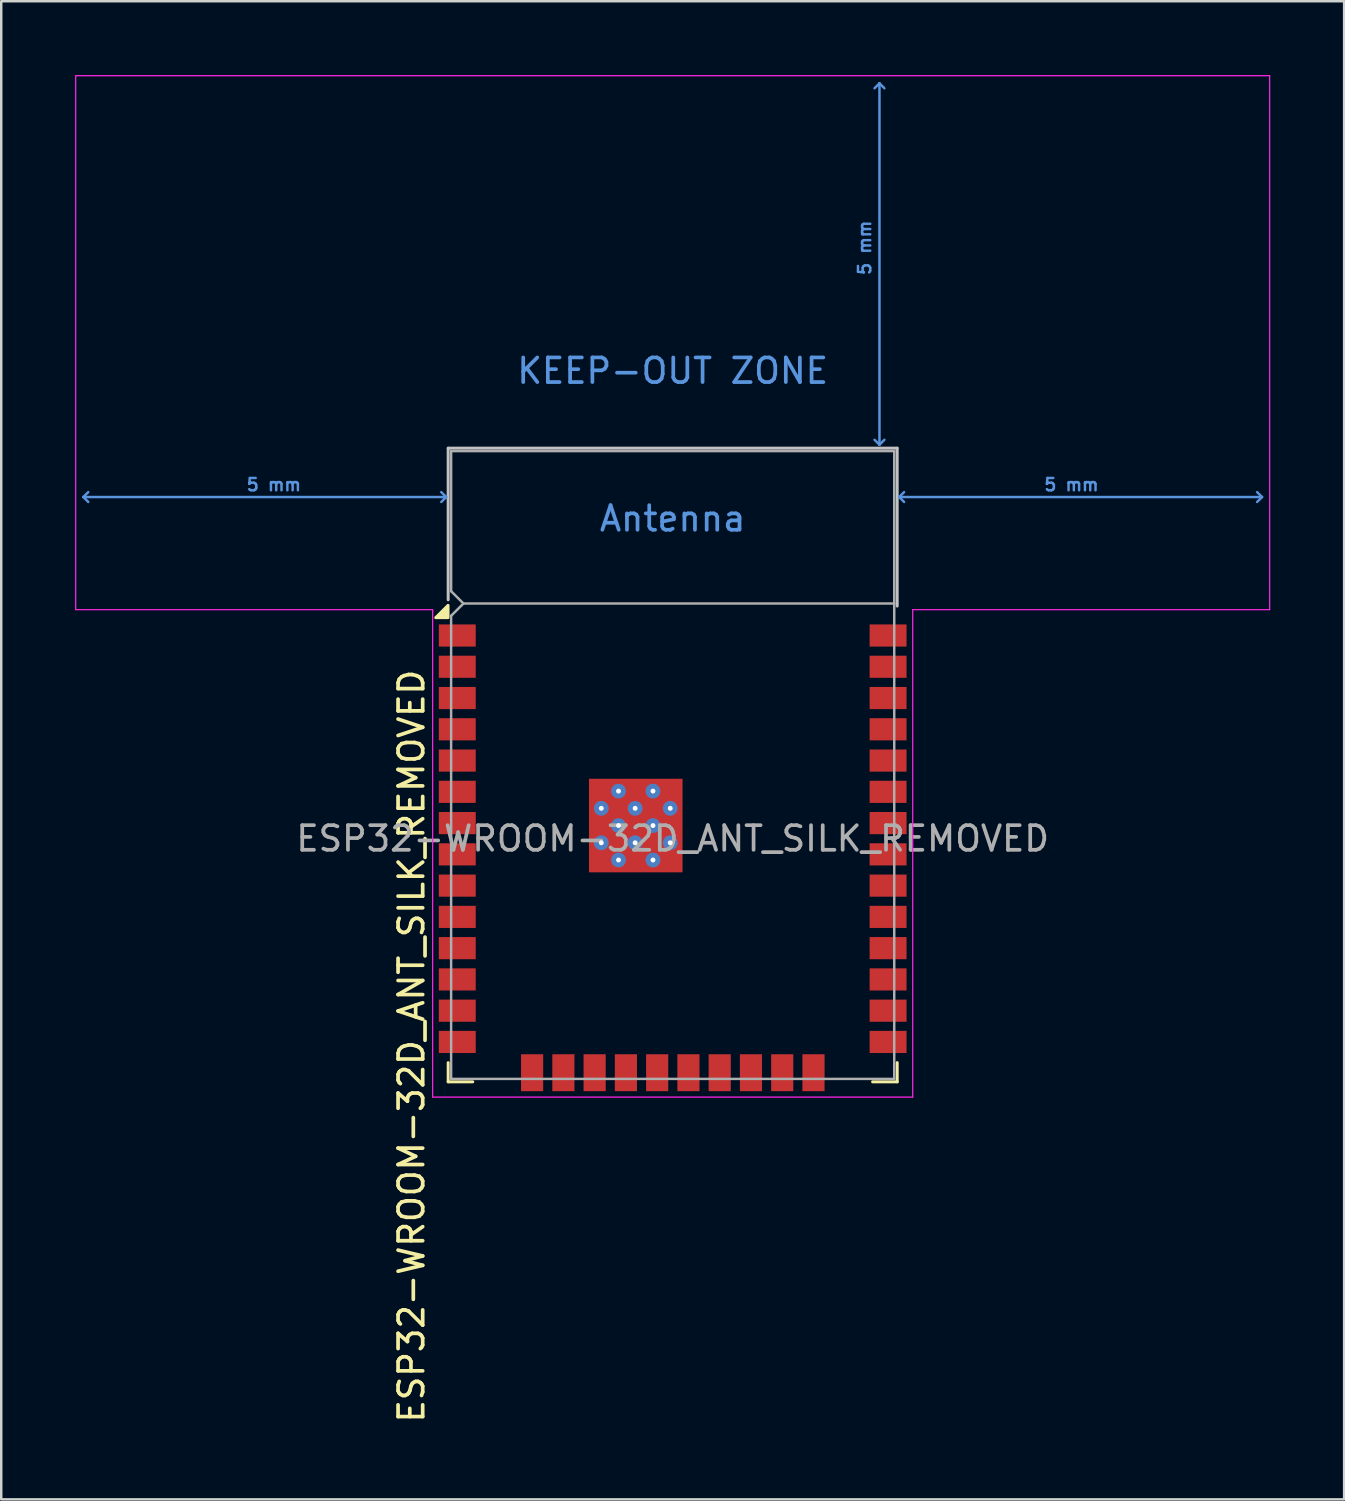
<source format=kicad_pcb>
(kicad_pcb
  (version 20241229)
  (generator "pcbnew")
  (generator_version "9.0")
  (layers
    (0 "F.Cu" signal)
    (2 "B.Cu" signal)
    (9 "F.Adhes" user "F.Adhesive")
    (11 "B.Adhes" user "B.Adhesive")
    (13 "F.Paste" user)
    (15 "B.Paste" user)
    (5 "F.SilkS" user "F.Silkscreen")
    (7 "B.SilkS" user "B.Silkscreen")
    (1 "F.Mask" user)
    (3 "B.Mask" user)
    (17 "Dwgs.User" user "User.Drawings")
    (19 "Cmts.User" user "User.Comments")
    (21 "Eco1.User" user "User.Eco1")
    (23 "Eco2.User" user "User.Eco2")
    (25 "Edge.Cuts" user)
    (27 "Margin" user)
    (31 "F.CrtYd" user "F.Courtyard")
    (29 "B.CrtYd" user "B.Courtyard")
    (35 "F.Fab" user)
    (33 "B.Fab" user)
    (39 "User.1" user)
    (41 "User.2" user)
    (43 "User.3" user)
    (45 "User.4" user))
  (footprint "ESP32-WROOM-32D_ANT_SILK_REMOVED"
    (layer "F.Cu")
    (at 24.275 31.015)
    (property "Reference" "ESP32-WROOM-32D_ANT_SILK_REMOVED" (at -10.61 8.43 90) (layer "F.SilkS") (effects (font (size 1 1) (thickness 0.15))))
    (attr smd)
    (fp_line (start -9.12 9.1) (end -9.12 9.88) (stroke (width 0.12) (type solid)) (layer "F.SilkS"))
    (fp_line (start -9.12 9.88) (end -8.12 9.88) (stroke (width 0.12) (type solid)) (layer "F.SilkS"))
    (fp_line (start 9.12 9.1) (end 9.12 9.88) (stroke (width 0.12) (type solid)) (layer "F.SilkS"))
    (fp_line (start 9.12 9.88) (end 8.12 9.88) (stroke (width 0.12) (type solid)) (layer "F.SilkS"))
    (fp_poly (pts (xy -9.125 -8.975) (xy -9.625 -8.975) (xy -9.125 -9.475) (xy -9.125 -8.975)) (stroke (width 0.12) (type solid)) (fill yes) (layer "F.SilkS"))
    (fp_line (start -9.12 -15.86) (end -9.12 -9.7) (stroke (width 0.12) (type solid)) (layer "Dwgs.User"))
    (fp_line (start -9.12 -15.86) (end 9.12 -15.86) (stroke (width 0.12) (type solid)) (layer "Dwgs.User"))
    (fp_line (start 9.12 -15.86) (end 9.12 -9.445) (stroke (width 0.12) (type solid)) (layer "Dwgs.User"))
    (fp_line (start -23.94 -13.875) (end -23.74 -14.075) (stroke (width 0.1) (type solid)) (layer "Cmts.User"))
    (fp_line (start -23.94 -13.875) (end -23.74 -13.675) (stroke (width 0.1) (type solid)) (layer "Cmts.User"))
    (fp_line (start -23.94 -13.875) (end -9.2 -13.875) (stroke (width 0.1) (type solid)) (layer "Cmts.User"))
    (fp_line (start -9.2 -13.875) (end -9.4 -14.075) (stroke (width 0.1) (type solid)) (layer "Cmts.User"))
    (fp_line (start -9.2 -13.875) (end -9.4 -13.675) (stroke (width 0.1) (type solid)) (layer "Cmts.User"))
    (fp_line (start 8.4 -30.68) (end 8.2 -30.48) (stroke (width 0.1) (type solid)) (layer "Cmts.User"))
    (fp_line (start 8.4 -30.68) (end 8.6 -30.48) (stroke (width 0.1) (type solid)) (layer "Cmts.User"))
    (fp_line (start 8.4 -16) (end 8.2 -16.2) (stroke (width 0.1) (type solid)) (layer "Cmts.User"))
    (fp_line (start 8.4 -16) (end 8.4 -30.68) (stroke (width 0.1) (type solid)) (layer "Cmts.User"))
    (fp_line (start 8.4 -16) (end 8.6 -16.2) (stroke (width 0.1) (type solid)) (layer "Cmts.User"))
    (fp_line (start 9.2 -13.875) (end 9.4 -14.075) (stroke (width 0.1) (type solid)) (layer "Cmts.User"))
    (fp_line (start 9.2 -13.875) (end 9.4 -13.675) (stroke (width 0.1) (type solid)) (layer "Cmts.User"))
    (fp_line (start 9.2 -13.875) (end 23.94 -13.875) (stroke (width 0.1) (type solid)) (layer "Cmts.User"))
    (fp_line (start 23.94 -13.875) (end 23.74 -14.075) (stroke (width 0.1) (type solid)) (layer "Cmts.User"))
    (fp_line (start 23.94 -13.875) (end 23.74 -13.675) (stroke (width 0.1) (type solid)) (layer "Cmts.User"))
    (fp_line (start -24.25 -30.99) (end -24.25 -9.3) (stroke (width 0.05) (type solid)) (layer "F.CrtYd"))
    (fp_line (start -24.25 -30.99) (end 24.25 -30.99) (stroke (width 0.05) (type solid)) (layer "F.CrtYd"))
    (fp_line (start -24.25 -9.3) (end -9.75 -9.3) (stroke (width 0.05) (type solid)) (layer "F.CrtYd"))
    (fp_line (start -9.75 10.5) (end -9.75 -9.3) (stroke (width 0.05) (type solid)) (layer "F.CrtYd"))
    (fp_line (start -9.75 10.5) (end 9.75 10.5) (stroke (width 0.05) (type solid)) (layer "F.CrtYd"))
    (fp_line (start 9.75 -9.3) (end 9.75 10.5) (stroke (width 0.05) (type solid)) (layer "F.CrtYd"))
    (fp_line (start 9.75 -9.3) (end 24.25 -9.3) (stroke (width 0.05) (type solid)) (layer "F.CrtYd"))
    (fp_line (start 24.25 -30.99) (end 24.25 -9.3) (stroke (width 0.05) (type solid)) (layer "F.CrtYd"))
    (fp_line (start -9 -15.74) (end -9 -10.05) (stroke (width 0.1) (type solid)) (layer "F.Fab"))
    (fp_line (start -9 -15.74) (end 9 -15.74) (stroke (width 0.1) (type solid)) (layer "F.Fab"))
    (fp_line (start -9 -9.05) (end -9 9.76) (stroke (width 0.1) (type solid)) (layer "F.Fab"))
    (fp_line (start -9 -9.05) (end -8.5 -9.55) (stroke (width 0.1) (type solid)) (layer "F.Fab"))
    (fp_line (start -9 9.76) (end 9 9.76) (stroke (width 0.1) (type solid)) (layer "F.Fab"))
    (fp_line (start -8.5 -9.55) (end -9 -10.05) (stroke (width 0.1) (type solid)) (layer "F.Fab"))
    (fp_line (start -8.5 -9.55) (end 9 -9.55) (stroke (width 0.1) (type solid)) (layer "F.Fab"))
    (fp_line (start 9 9.76) (end 9 -15.74) (stroke (width 0.1) (type solid)) (layer "F.Fab"))
    (fp_text user "Antenna" (at 0 -13 0) (layer "Cmts.User") (effects (font (size 1 1) (thickness 0.15))))
    (fp_text user "5 mm" (at 16.2 -14.375 0) (layer "Cmts.User") (effects (font (size 0.5 0.5) (thickness 0.1))))
    (fp_text user "KEEP-OUT ZONE" (at 0 -19 0) (layer "Cmts.User") (effects (font (size 1 1) (thickness 0.15))))
    (fp_text user "5 mm" (at -16.2 -14.375 0) (layer "Cmts.User") (effects (font (size 0.5 0.5) (thickness 0.1))))
    (fp_text user "5 mm" (at 7.8 -24 90) (layer "Cmts.User") (effects (font (size 0.5 0.5) (thickness 0.1))))
    (fp_text user "${REFERENCE}" (at 0 0 0) (layer "F.Fab") (effects (font (size 1 1) (thickness 0.15))))
    (pad "1" smd rect (at -8.75 -8.25) (size 1.5 0.9) (layers "F.Cu" "F.Mask" "F.Paste"))
    (pad "2" smd rect (at -8.75 -6.98) (size 1.5 0.9) (layers "F.Cu" "F.Mask" "F.Paste"))
    (pad "3" smd rect (at -8.75 -5.71) (size 1.5 0.9) (layers "F.Cu" "F.Mask" "F.Paste"))
    (pad "4" smd rect (at -8.75 -4.44) (size 1.5 0.9) (layers "F.Cu" "F.Mask" "F.Paste"))
    (pad "5" smd rect (at -8.75 -3.17) (size 1.5 0.9) (layers "F.Cu" "F.Mask" "F.Paste"))
    (pad "6" smd rect (at -8.75 -1.9) (size 1.5 0.9) (layers "F.Cu" "F.Mask" "F.Paste"))
    (pad "7" smd rect (at -8.75 -0.63) (size 1.5 0.9) (layers "F.Cu" "F.Mask" "F.Paste"))
    (pad "8" smd rect (at -8.75 0.64) (size 1.5 0.9) (layers "F.Cu" "F.Mask" "F.Paste"))
    (pad "9" smd rect (at -8.75 1.91) (size 1.5 0.9) (layers "F.Cu" "F.Mask" "F.Paste"))
    (pad "10" smd rect (at -8.75 3.18) (size 1.5 0.9) (layers "F.Cu" "F.Mask" "F.Paste"))
    (pad "11" smd rect (at -8.75 4.45) (size 1.5 0.9) (layers "F.Cu" "F.Mask" "F.Paste"))
    (pad "12" smd rect (at -8.75 5.72) (size 1.5 0.9) (layers "F.Cu" "F.Mask" "F.Paste"))
    (pad "13" smd rect (at -8.75 6.99) (size 1.5 0.9) (layers "F.Cu" "F.Mask" "F.Paste"))
    (pad "14" smd rect (at -8.75 8.26) (size 1.5 0.9) (layers "F.Cu" "F.Mask" "F.Paste"))
    (pad "15" smd rect (at -5.71 9.51 90) (size 1.5 0.9) (layers "F.Cu" "F.Mask" "F.Paste"))
    (pad "16" smd rect (at -4.44 9.51 90) (size 1.5 0.9) (layers "F.Cu" "F.Mask" "F.Paste"))
    (pad "17" smd rect (at -3.17 9.51 90) (size 1.5 0.9) (layers "F.Cu" "F.Mask" "F.Paste"))
    (pad "18" smd rect (at -1.9 9.51 90) (size 1.5 0.9) (layers "F.Cu" "F.Mask" "F.Paste"))
    (pad "19" smd rect (at -0.63 9.51 90) (size 1.5 0.9) (layers "F.Cu" "F.Mask" "F.Paste"))
    (pad "20" smd rect (at 0.64 9.51 90) (size 1.5 0.9) (layers "F.Cu" "F.Mask" "F.Paste"))
    (pad "21" smd rect (at 1.91 9.51 90) (size 1.5 0.9) (layers "F.Cu" "F.Mask" "F.Paste"))
    (pad "22" smd rect (at 3.18 9.51 90) (size 1.5 0.9) (layers "F.Cu" "F.Mask" "F.Paste"))
    (pad "23" smd rect (at 4.45 9.51 90) (size 1.5 0.9) (layers "F.Cu" "F.Mask" "F.Paste"))
    (pad "24" smd rect (at 5.72 9.51 90) (size 1.5 0.9) (layers "F.Cu" "F.Mask" "F.Paste"))
    (pad "25" smd rect (at 8.75 8.26) (size 1.5 0.9) (layers "F.Cu" "F.Mask" "F.Paste"))
    (pad "26" smd rect (at 8.75 6.99) (size 1.5 0.9) (layers "F.Cu" "F.Mask" "F.Paste"))
    (pad "27" smd rect (at 8.75 5.72) (size 1.5 0.9) (layers "F.Cu" "F.Mask" "F.Paste"))
    (pad "28" smd rect (at 8.75 4.45) (size 1.5 0.9) (layers "F.Cu" "F.Mask" "F.Paste"))
    (pad "29" smd rect (at 8.75 3.18) (size 1.5 0.9) (layers "F.Cu" "F.Mask" "F.Paste"))
    (pad "30" smd rect (at 8.75 1.91) (size 1.5 0.9) (layers "F.Cu" "F.Mask" "F.Paste"))
    (pad "31" smd rect (at 8.75 0.64) (size 1.5 0.9) (layers "F.Cu" "F.Mask" "F.Paste"))
    (pad "32" smd rect (at 8.75 -0.63) (size 1.5 0.9) (layers "F.Cu" "F.Mask" "F.Paste"))
    (pad "33" smd rect (at 8.75 -1.9) (size 1.5 0.9) (layers "F.Cu" "F.Mask" "F.Paste"))
    (pad "34" smd rect (at 8.75 -3.17) (size 1.5 0.9) (layers "F.Cu" "F.Mask" "F.Paste"))
    (pad "35" smd rect (at 8.75 -4.44) (size 1.5 0.9) (layers "F.Cu" "F.Mask" "F.Paste"))
    (pad "36" smd rect (at 8.75 -5.71) (size 1.5 0.9) (layers "F.Cu" "F.Mask" "F.Paste"))
    (pad "37" smd rect (at 8.75 -6.98) (size 1.5 0.9) (layers "F.Cu" "F.Mask" "F.Paste"))
    (pad "38" smd rect (at 8.75 -8.25) (size 1.5 0.9) (layers "F.Cu" "F.Mask" "F.Paste"))
    (pad "39" smd rect (at -2.9 -1.93) (size 0.9 0.9) (layers "F.Cu" "F.Paste"))
    (pad "39" thru_hole circle (at -2.9 -1.23) (size 0.6 0.6) (drill 0.2) (property pad_prop_heatsink) (layers "*.Cu" "F.Mask"))
    (pad "39" smd rect (at -2.9 -0.53) (size 0.9 0.9) (layers "F.Cu" "F.Paste"))
    (pad "39" thru_hole circle (at -2.9 0.17) (size 0.6 0.6) (drill 0.2) (property pad_prop_heatsink) (layers "*.Cu" "F.Mask"))
    (pad "39" smd rect (at -2.9 0.87) (size 0.9 0.9) (layers "F.Cu" "F.Paste"))
    (pad "39" thru_hole circle (at -2.2 -1.93) (size 0.6 0.6) (drill 0.2) (property pad_prop_heatsink) (layers "*.Cu" "F.Mask"))
    (pad "39" thru_hole circle (at -2.2 -0.53) (size 0.6 0.6) (drill 0.2) (property pad_prop_heatsink) (layers "*.Cu" "F.Mask"))
    (pad "39" thru_hole circle (at -2.2 0.87) (size 0.6 0.6) (drill 0.2) (property pad_prop_heatsink) (layers "*.Cu" "F.Mask"))
    (pad "39" thru_hole circle (at -1.525 -1.23) (size 0.6 0.6) (drill 0.2) (property pad_prop_heatsink) (layers "*.Cu" "F.Mask"))
    (pad "39" thru_hole circle (at -1.525 0.17) (size 0.6 0.6) (drill 0.2) (property pad_prop_heatsink) (layers "*.Cu" "F.Mask"))
    (pad "39" smd rect (at -1.5 -1.93) (size 0.9 0.9) (layers "F.Cu" "F.Paste"))
    (pad "39" smd rect (at -1.5 -0.53) (size 0.9 0.9) (layers "F.Cu" "F.Paste"))
    (pad "39" smd rect (at -1.5 -0.53) (size 3.8 3.8) (layers "F.Cu" "F.Mask"))
    (pad "39" smd rect (at -1.5 0.87) (size 0.9 0.9) (layers "F.Cu" "F.Paste"))
    (pad "39" thru_hole circle (at -0.8 -1.93) (size 0.6 0.6) (drill 0.2) (property pad_prop_heatsink) (layers "*.Cu" "F.Mask"))
    (pad "39" thru_hole circle (at -0.8 -0.53) (size 0.6 0.6) (drill 0.2) (property pad_prop_heatsink) (layers "*.Cu" "F.Mask"))
    (pad "39" thru_hole circle (at -0.8 0.87) (size 0.6 0.6) (drill 0.2) (property pad_prop_heatsink) (layers "*.Cu" "F.Mask"))
    (pad "39" smd rect (at -0.1 -1.93) (size 0.9 0.9) (layers "F.Cu" "F.Paste"))
    (pad "39" thru_hole circle (at -0.1 -1.23) (size 0.6 0.6) (drill 0.2) (property pad_prop_heatsink) (layers "*.Cu" "F.Mask"))
    (pad "39" smd rect (at -0.1 -0.53) (size 0.9 0.9) (layers "F.Cu" "F.Paste"))
    (pad "39" thru_hole circle (at -0.1 0.17) (size 0.6 0.6) (drill 0.2) (property pad_prop_heatsink) (layers "*.Cu" "F.Mask"))
    (pad "39" smd rect (at -0.1 0.87) (size 0.9 0.9) (layers "F.Cu" "F.Paste"))
    (zone (net_name "") (layers "F.Cu" "B.Cu") (hatch full 0.508) (connect_pads) (min_thickness 0.254) (filled_areas_thickness no) (keepout (tracks not_allowed) (vias not_allowed) (pads not_allowed) (copperpour not_allowed) (footprints not_allowed)) (placement (enabled no)) (fill) (polygon (pts (xy 0.275 21.465) (xy 48.275 21.465) (xy 48.275 0.275) (xy 0.275 0.275)))))
  (gr_rect
    (start -3 -3)
    (end 51.55 57.856)
    (stroke (width 0.1) (type default))
    (fill no)
    (layer "Edge.Cuts")))
</source>
